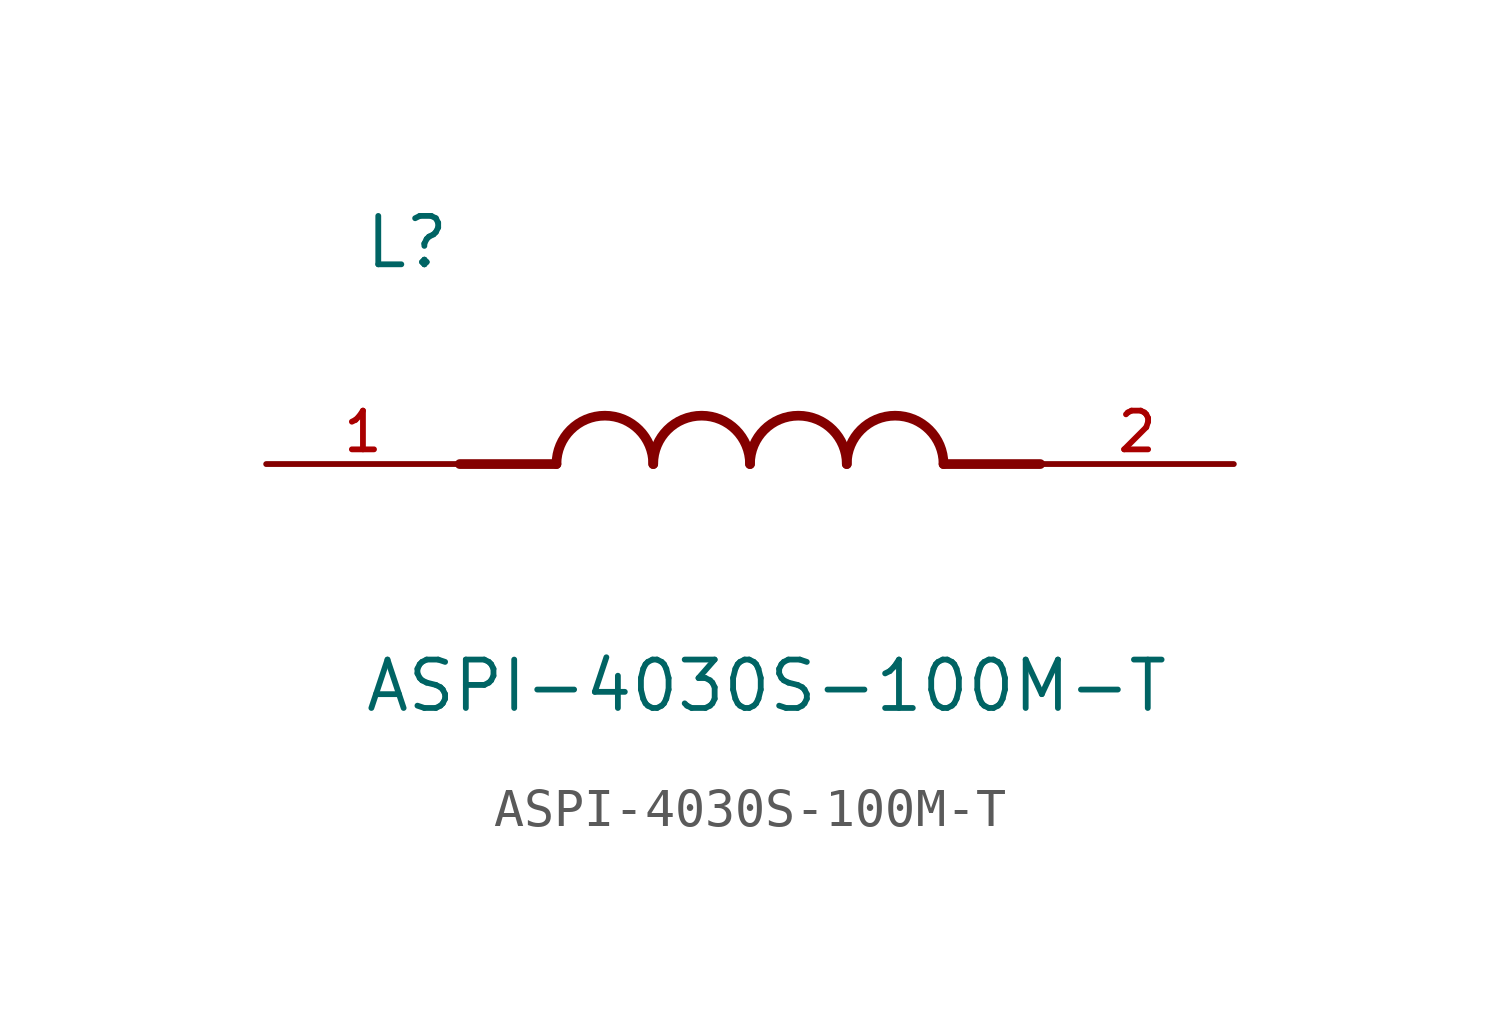
<source format=kicad_sym>
(kicad_symbol_lib
  (version 20211014)
  (generator kicad_symbol_editor)
  (symbol "ASPI-4030S-100M-T"
    (pin_names
      (offset 1.016))
    (property "Reference" "L"
      (at -10.16 5.08 0)
      (effects (font (size 1.27 1.27)) (justify bottom left)))
    (property "Value" "ASPI-4030S-100M-T"
      (at -10.16 -5.08 0)
      (effects (font (size 1.27 1.27)) (justify top left)))
    (symbol "ASPI-4030S-100M-T_0_0"
      (polyline (pts (xy -5.08 0.0) (xy -7.62 0.0)) (stroke (width 0.254)))
      (polyline (pts (xy 5.08 0.0) (xy 7.62 0.0)) (stroke (width 0.254)))
      (arc (start -2.54 0.0) (mid -3.81 1.27) (end -5.08 0.0) (stroke (width 0.254) (type default) (color 0 0 0 0)) (fill (type none)))
      (arc (start 0.0 0.0) (mid -1.27 1.27) (end -2.54 0.0) (stroke (width 0.254) (type default) (color 0 0 0 0)) (fill (type none)))
      (arc (start 2.54 0.0) (mid 1.27 1.27) (end 0.0 0.0) (stroke (width 0.254) (type default) (color 0 0 0 0)) (fill (type none)))
      (arc (start 5.08 0.0) (mid 3.81 1.27) (end 2.54 0.0) (stroke (width 0.254) (type default) (color 0 0 0 0)) (fill (type none)))
      (pin passive line (at -12.7 0.0 0) (length 5.08) (name "~" (effects (font (size 1.016 1.016)))) (number "1" (effects (font (size 1.016 1.016)))))
      (pin passive line (at 12.7 0.0 180.0) (length 5.08) (name "~" (effects (font (size 1.016 1.016)))) (number "2" (effects (font (size 1.016 1.016))))))))
</source>
